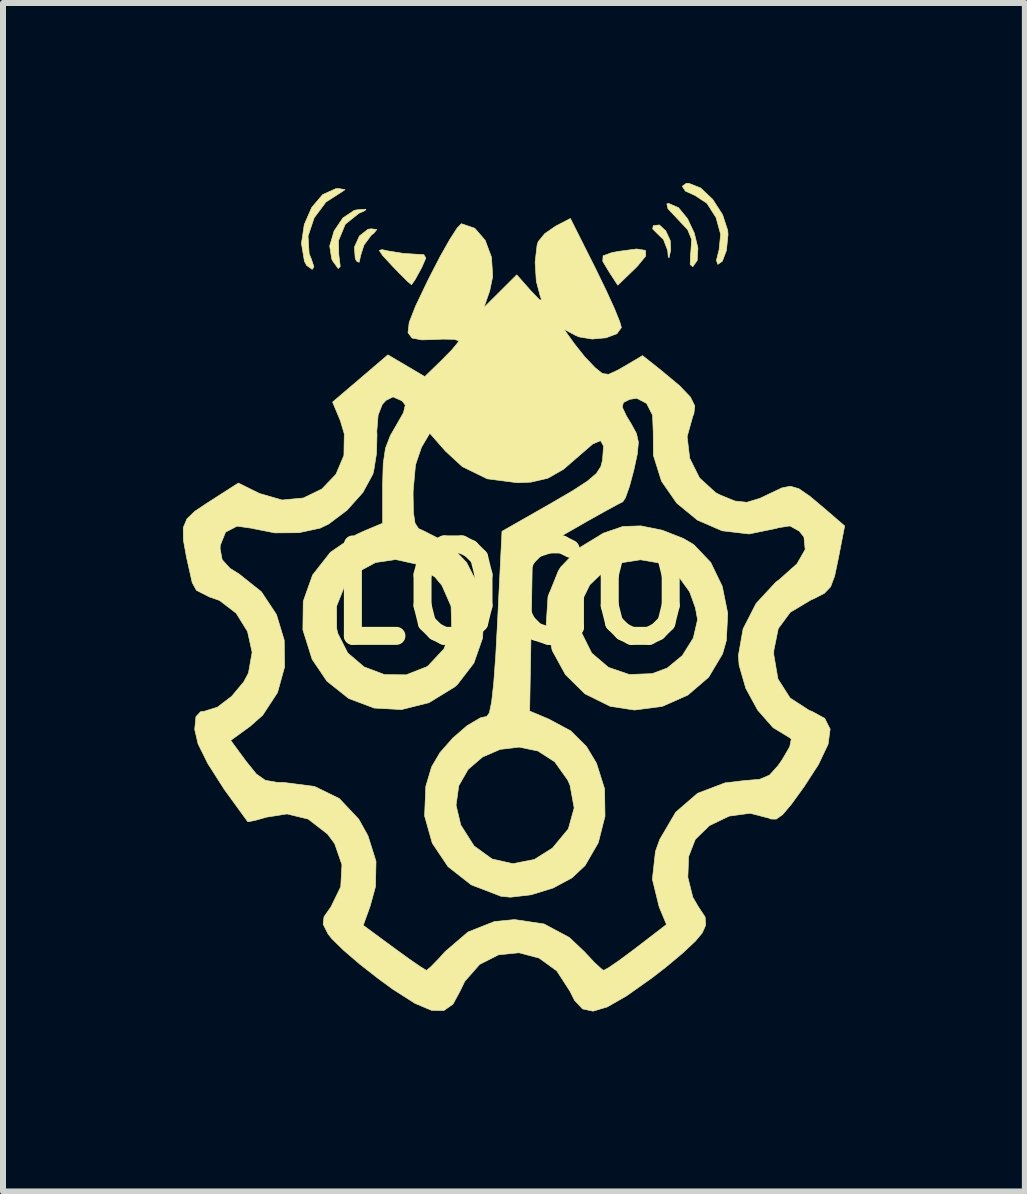
<source format=kicad_pcb>
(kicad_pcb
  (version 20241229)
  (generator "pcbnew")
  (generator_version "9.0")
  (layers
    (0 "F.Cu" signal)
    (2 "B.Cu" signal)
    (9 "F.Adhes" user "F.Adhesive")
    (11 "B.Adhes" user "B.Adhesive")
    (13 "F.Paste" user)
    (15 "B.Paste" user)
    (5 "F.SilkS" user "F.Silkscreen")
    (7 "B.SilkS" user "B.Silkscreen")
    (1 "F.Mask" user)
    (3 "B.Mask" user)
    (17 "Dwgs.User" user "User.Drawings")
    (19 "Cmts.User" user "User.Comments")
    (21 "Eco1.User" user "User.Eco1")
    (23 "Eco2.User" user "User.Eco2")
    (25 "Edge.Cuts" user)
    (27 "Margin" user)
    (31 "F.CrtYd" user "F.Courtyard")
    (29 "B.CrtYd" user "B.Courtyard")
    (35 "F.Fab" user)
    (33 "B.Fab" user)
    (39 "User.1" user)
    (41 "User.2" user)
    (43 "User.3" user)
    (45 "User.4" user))
  (footprint "LOGO"
    (layer "F.Cu")
    (at 5.445 6.86)
    (property "Reference" "LOGO" (at 0 0 0) (layer "F.SilkS") (effects (font (size 1.524 1.524) (thickness 0.3))))
    (attr through_hole)
    (fp_poly (pts (xy 2.266 -5.736) (xy 2.269 -5.642) (xy 2.129 -5.472) (xy 2.092 -5.435) (xy 1.803 -5.156) (xy 1.664 -5.369) (xy 1.553 -5.553) (xy 1.558 -5.646) (xy 1.698 -5.697) (xy 1.812 -5.719) (xy 2.115 -5.76) (xy 2.266 -5.736)) (stroke (width 0.01) (type solid)) (fill yes) (layer "F.SilkS"))
    (fp_poly (pts (xy 2.603 -6.062) (xy 2.677 -5.901) (xy 2.686 -5.747) (xy 2.657 -5.611) (xy 2.643 -5.637) (xy 2.636 -5.732) (xy 2.565 -5.918) (xy 2.477 -6.001) (xy 2.385 -6.094) (xy 2.395 -6.148) (xy 2.496 -6.161) (xy 2.603 -6.062)) (stroke (width 0.01) (type solid)) (fill yes) (layer "F.SilkS"))
    (fp_poly (pts (xy -2.214 -6.085) (xy -2.259 -6.027) (xy -2.306 -5.99) (xy -2.427 -5.826) (xy -2.477 -5.673) (xy -2.509 -5.537) (xy -2.551 -5.557) (xy -2.574 -5.603) (xy -2.587 -5.791) (xy -2.503 -5.977) (xy -2.361 -6.088) (xy -2.309 -6.096) (xy -2.214 -6.085)) (stroke (width 0.01) (type solid)) (fill yes) (layer "F.SilkS"))
    (fp_poly (pts (xy -2.412 -6.399) (xy -2.513 -6.354) (xy -2.739 -6.173) (xy -2.852 -5.899) (xy -2.847 -5.662) (xy -2.823 -5.469) (xy -2.857 -5.433) (xy -2.946 -5.556) (xy -2.965 -5.592) (xy -2.999 -5.81) (xy -2.926 -6.059) (xy -2.779 -6.277) (xy -2.59 -6.403) (xy -2.54 -6.413) (xy -2.396 -6.423) (xy -2.412 -6.399)) (stroke (width 0.01) (type solid)) (fill yes) (layer "F.SilkS"))
    (fp_poly (pts (xy 2.815 -6.448) (xy 2.964 -6.267) (xy 3.078 -6.026) (xy 3.139 -5.776) (xy 3.127 -5.568) (xy 3.053 -5.464) (xy 3.01 -5.501) (xy 3.015 -5.669) (xy 3.021 -5.711) (xy 3.034 -5.92) (xy 2.968 -6.081) (xy 2.796 -6.264) (xy 2.639 -6.431) (xy 2.621 -6.512) (xy 2.652 -6.519) (xy 2.815 -6.448)) (stroke (width 0.01) (type solid)) (fill yes) (layer "F.SilkS"))
    (fp_poly (pts (xy -2.032 -5.728) (xy -1.776 -5.686) (xy -1.585 -5.674) (xy -1.43 -5.665) (xy -1.396 -5.608) (xy -1.462 -5.457) (xy -1.482 -5.419) (xy -1.576 -5.248) (xy -1.634 -5.166) (xy -1.637 -5.165) (xy -1.703 -5.22) (xy -1.846 -5.363) (xy -1.952 -5.473) (xy -2.118 -5.652) (xy -2.173 -5.736) (xy -2.127 -5.749) (xy -2.032 -5.728)) (stroke (width 0.01) (type solid)) (fill yes) (layer "F.SilkS"))
    (fp_poly (pts (xy -2.743 -6.749) (xy -2.794 -6.714) (xy -3.062 -6.542) (xy -3.258 -6.279) (xy -3.36 -5.975) (xy -3.342 -5.682) (xy -3.307 -5.597) (xy -3.262 -5.463) (xy -3.29 -5.419) (xy -3.384 -5.486) (xy -3.42 -5.553) (xy -3.47 -5.852) (xy -3.423 -6.167) (xy -3.298 -6.453) (xy -3.116 -6.667) (xy -2.897 -6.765) (xy -2.85 -6.767) (xy -2.743 -6.749)) (stroke (width 0.01) (type solid)) (fill yes) (layer "F.SilkS"))
    (fp_poly (pts (xy 3.184 -6.777) (xy 3.386 -6.586) (xy 3.549 -6.333) (xy 3.636 -6.069) (xy 3.641 -5.999) (xy 3.614 -5.735) (xy 3.546 -5.555) (xy 3.47 -5.503) (xy 3.448 -5.571) (xy 3.488 -5.734) (xy 3.491 -5.74) (xy 3.518 -6.003) (xy 3.441 -6.284) (xy 3.289 -6.521) (xy 3.088 -6.654) (xy 3.08 -6.656) (xy 2.93 -6.725) (xy 2.878 -6.805) (xy 2.943 -6.853) (xy 2.985 -6.855) (xy 3.184 -6.777)) (stroke (width 0.01) (type solid)) (fill yes) (layer "F.SilkS"))
    (fp_poly (pts (xy 2.55 -1.07) (xy 2.902 -0.931) (xy 3.07 -0.831) (xy 3.352 -0.535) (xy 3.545 -0.136) (xy 3.636 0.314) (xy 3.613 0.767) (xy 3.55 0.989) (xy 3.318 1.379) (xy 2.97 1.677) (xy 2.546 1.865) (xy 2.081 1.926) (xy 1.676 1.864) (xy 1.256 1.656) (xy 0.93 1.335) (xy 0.711 0.935) (xy 0.61 0.491) (xy 0.611 0.482) (xy 1.168 0.482) (xy 1.198 0.635) (xy 1.369 0.977) (xy 1.648 1.215) (xy 1.996 1.334) (xy 2.376 1.319) (xy 2.627 1.226) (xy 2.879 1.018) (xy 3.063 0.724) (xy 3.133 0.419) (xy 3.097 0.222) (xy 3.009 -0.023) (xy 2.994 -0.054) (xy 2.777 -0.354) (xy 2.496 -0.525) (xy 2.181 -0.579) (xy 1.862 -0.529) (xy 1.571 -0.386) (xy 1.337 -0.162) (xy 1.193 0.131) (xy 1.168 0.482) (xy 0.611 0.482) (xy 0.64 0.036) (xy 0.813 -0.395) (xy 0.854 -0.459) (xy 1.157 -0.775) (xy 1.562 -1.022) (xy 1.887 -1.134) (xy 2.187 -1.144) (xy 2.55 -1.07)) (stroke (width 0.01) (type solid)) (fill yes) (layer "F.SilkS"))
    (fp_poly (pts (xy 1.438 -5.422) (xy 1.609 -5.069) (xy 1.748 -4.765) (xy 1.837 -4.544) (xy 1.863 -4.45) (xy 1.789 -4.347) (xy 1.607 -4.279) (xy 1.377 -4.258) (xy 1.157 -4.294) (xy 1.097 -4.32) (xy 0.906 -4.422) (xy 1.079 -4.18) (xy 1.254 -3.96) (xy 1.427 -3.779) (xy 1.546 -3.684) (xy 1.649 -3.67) (xy 1.802 -3.739) (xy 1.909 -3.801) (xy 2.216 -3.982) (xy 2.526 -3.736) (xy 2.832 -3.481) (xy 3.013 -3.292) (xy 3.087 -3.143) (xy 3.071 -3.011) (xy 3.055 -2.976) (xy 2.959 -2.632) (xy 3.002 -2.271) (xy 3.166 -1.943) (xy 3.434 -1.698) (xy 3.502 -1.662) (xy 3.756 -1.558) (xy 3.954 -1.537) (xy 4.172 -1.603) (xy 4.359 -1.692) (xy 4.539 -1.777) (xy 4.68 -1.805) (xy 4.823 -1.763) (xy 5.006 -1.637) (xy 5.271 -1.414) (xy 5.311 -1.379) (xy 5.585 -1.143) (xy 5.48 -0.602) (xy 5.418 -0.307) (xy 5.351 -0.129) (xy 5.247 -0.02) (xy 5.074 0.069) (xy 5.026 0.089) (xy 4.679 0.296) (xy 4.478 0.568) (xy 4.404 0.934) (xy 4.403 1.001) (xy 4.473 1.408) (xy 4.676 1.726) (xy 4.995 1.932) (xy 5.039 1.948) (xy 5.253 2.065) (xy 5.343 2.244) (xy 5.309 2.496) (xy 5.148 2.835) (xy 4.908 3.205) (xy 4.696 3.498) (xy 4.55 3.67) (xy 4.445 3.744) (xy 4.356 3.743) (xy 4.32 3.727) (xy 4.008 3.647) (xy 3.66 3.694) (xy 3.333 3.851) (xy 3.095 4.082) (xy 2.984 4.369) (xy 2.971 4.715) (xy 3.053 5.045) (xy 3.144 5.202) (xy 3.259 5.376) (xy 3.268 5.513) (xy 3.212 5.64) (xy 3.099 5.776) (xy 2.882 5.98) (xy 2.596 6.219) (xy 2.366 6.396) (xy 1.946 6.693) (xy 1.628 6.875) (xy 1.391 6.946) (xy 1.216 6.908) (xy 1.082 6.765) (xy 1.005 6.612) (xy 0.787 6.275) (xy 0.492 6.061) (xy 0.156 5.972) (xy -0.186 6.007) (xy -0.499 6.166) (xy -0.747 6.448) (xy -0.827 6.613) (xy -0.944 6.829) (xy -1.097 6.936) (xy -1.302 6.932) (xy -1.579 6.815) (xy -1.947 6.58) (xy -2.187 6.405) (xy -2.499 6.161) (xy -2.77 5.928) (xy -2.962 5.74) (xy -3.027 5.658) (xy -3.108 5.497) (xy -3.094 5.373) (xy -2.977 5.205) (xy -2.815 4.872) (xy -2.795 4.504) (xy -2.916 4.154) (xy -3.035 3.993) (xy -3.357 3.744) (xy -3.71 3.658) (xy -4.048 3.711) (xy -4.247 3.767) (xy -4.358 3.788) (xy -4.366 3.786) (xy -4.757 3.248) (xy -5.031 2.818) (xy -5.194 2.489) (xy -5.249 2.25) (xy -5.249 2.243) (xy -5.229 2.037) (xy -5.153 1.955) (xy -5.091 1.947) (xy -4.871 1.878) (xy -4.634 1.698) (xy -4.431 1.455) (xy -4.353 1.308) (xy -4.292 0.963) (xy -4.369 0.616) (xy -4.558 0.312) (xy -4.836 0.099) (xy -5.006 0.04) (xy -5.22 -0.069) (xy -5.291 -0.197) (xy -5.386 -0.621) (xy -5.412 -0.764) (xy -4.826 -0.764) (xy -4.792 -0.581) (xy -4.662 -0.437) (xy -4.507 -0.34) (xy -4.138 -0.046) (xy -3.887 0.333) (xy -3.757 0.762) (xy -3.751 1.207) (xy -3.869 1.635) (xy -4.116 2.012) (xy -4.324 2.196) (xy -4.649 2.432) (xy -4.392 2.782) (xy -4.221 2.993) (xy -4.073 3.097) (xy -3.882 3.131) (xy -3.766 3.133) (xy -3.253 3.199) (xy -2.839 3.401) (xy -2.515 3.745) (xy -2.361 4.022) (xy -2.227 4.448) (xy -2.236 4.871) (xy -2.324 5.192) (xy -2.44 5.515) (xy -1.93 5.89) (xy -1.681 6.071) (xy -1.488 6.204) (xy -1.39 6.264) (xy -1.385 6.265) (xy -1.314 6.207) (xy -1.171 6.06) (xy -1.078 5.956) (xy -0.694 5.626) (xy -0.252 5.451) (xy 0.085 5.419) (xy 0.574 5.492) (xy 0.995 5.717) (xy 1.248 5.956) (xy 1.415 6.136) (xy 1.538 6.248) (xy 1.57 6.265) (xy 1.657 6.217) (xy 1.841 6.09) (xy 2.082 5.911) (xy 2.118 5.883) (xy 2.615 5.501) (xy 2.493 5.208) (xy 2.38 4.747) (xy 2.431 4.283) (xy 2.502 4.084) (xy 2.769 3.629) (xy 3.133 3.314) (xy 3.591 3.14) (xy 3.904 3.103) (xy 4.166 3.081) (xy 4.332 3.011) (xy 4.475 2.853) (xy 4.543 2.755) (xy 4.669 2.539) (xy 4.695 2.412) (xy 4.675 2.391) (xy 4.392 2.219) (xy 4.135 1.927) (xy 3.937 1.564) (xy 3.826 1.18) (xy 3.814 1.016) (xy 3.892 0.573) (xy 4.109 0.149) (xy 4.437 -0.205) (xy 4.502 -0.254) (xy 4.791 -0.512) (xy 4.927 -0.75) (xy 4.906 -0.959) (xy 4.829 -1.056) (xy 4.673 -1.143) (xy 4.479 -1.113) (xy 4.451 -1.103) (xy 3.991 -1.009) (xy 3.542 -1.062) (xy 3.131 -1.24) (xy 2.786 -1.523) (xy 2.532 -1.889) (xy 2.397 -2.319) (xy 2.394 -2.714) (xy 2.383 -2.989) (xy 2.283 -3.186) (xy 2.12 -3.271) (xy 2.002 -3.253) (xy 1.897 -3.2) (xy 1.877 -3.124) (xy 1.945 -2.979) (xy 2.026 -2.846) (xy 2.114 -2.685) (xy 2.147 -2.538) (xy 2.129 -2.344) (xy 2.071 -2.075) (xy 1.999 -1.805) (xy 1.931 -1.613) (xy 1.887 -1.546) (xy 1.789 -1.496) (xy 1.58 -1.382) (xy 1.294 -1.222) (xy 1.101 -1.111) (xy 0.381 -0.699) (xy 0.358 0.622) (xy 0.334 1.943) (xy 0.651 2.076) (xy 1.019 2.273) (xy 1.281 2.534) (xy 1.448 2.812) (xy 1.583 3.239) (xy 1.59 3.696) (xy 1.478 4.138) (xy 1.259 4.517) (xy 1.038 4.725) (xy 0.724 4.893) (xy 0.358 5.006) (xy 0.013 5.046) (xy -0.145 5.03) (xy -0.641 4.839) (xy -1.026 4.537) (xy -1.289 4.146) (xy -1.417 3.692) (xy -1.41 3.512) (xy -0.893 3.512) (xy -0.814 3.843) (xy -0.592 4.192) (xy -0.292 4.409) (xy 0.053 4.487) (xy 0.412 4.417) (xy 0.714 4.227) (xy 0.979 3.907) (xy 1.076 3.558) (xy 1.007 3.18) (xy 0.97 3.095) (xy 0.752 2.789) (xy 0.472 2.609) (xy 0.159 2.544) (xy -0.158 2.582) (xy -0.451 2.709) (xy -0.691 2.915) (xy -0.847 3.186) (xy -0.893 3.512) (xy -1.41 3.512) (xy -1.397 3.198) (xy -1.3 2.872) (xy -1.161 2.636) (xy -0.948 2.394) (xy -0.709 2.187) (xy -0.487 2.056) (xy -0.381 2.032) (xy -0.338 1.974) (xy -0.3 1.793) (xy -0.265 1.477) (xy -0.231 1.013) (xy -0.203 0.489) (xy -0.127 -1.053) (xy 0.692 -1.52) (xy 1.058 -1.734) (xy 1.3 -1.892) (xy 1.446 -2.017) (xy 1.521 -2.132) (xy 1.549 -2.242) (xy 1.566 -2.476) (xy 1.516 -2.564) (xy 1.386 -2.509) (xy 1.197 -2.346) (xy 0.897 -2.086) (xy 0.637 -1.938) (xy 0.357 -1.873) (xy 0.13 -1.863) (xy -0.372 -1.928) (xy -0.788 -2.131) (xy -1.069 -2.39) (xy -1.331 -2.688) (xy -1.47 -2.453) (xy -1.569 -2.16) (xy -1.608 -1.729) (xy -1.609 -1.665) (xy -1.603 -1.363) (xy -1.577 -1.189) (xy -1.518 -1.099) (xy -1.418 -1.053) (xy -1.02 -0.849) (xy -0.718 -0.535) (xy -0.518 -0.144) (xy -0.427 0.288) (xy -0.451 0.729) (xy -0.596 1.144) (xy -0.87 1.5) (xy -0.918 1.542) (xy -1.344 1.803) (xy -1.801 1.918) (xy -2.258 1.893) (xy -2.683 1.733) (xy -3.045 1.445) (xy -3.292 1.08) (xy -3.446 0.589) (xy -3.441 0.194) (xy -2.884 0.194) (xy -2.882 0.571) (xy -2.864 0.649) (xy -2.698 0.975) (xy -2.424 1.208) (xy -2.085 1.335) (xy -1.724 1.339) (xy -1.384 1.205) (xy -1.358 1.188) (xy -1.095 0.907) (xy -0.966 0.562) (xy -0.976 0.195) (xy -1.128 -0.151) (xy -1.243 -0.289) (xy -1.561 -0.508) (xy -1.902 -0.583) (xy -2.235 -0.533) (xy -2.529 -0.375) (xy -2.756 -0.127) (xy -2.884 0.194) (xy -3.441 0.194) (xy -3.44 0.113) (xy -3.284 -0.326) (xy -2.987 -0.704) (xy -2.558 -0.998) (xy -2.434 -1.055) (xy -2.117 -1.188) (xy -2.117 -1.823) (xy -2.107 -2.184) (xy -2.069 -2.439) (xy -1.988 -2.649) (xy -1.897 -2.807) (xy -1.77 -3.029) (xy -1.739 -3.157) (xy -1.791 -3.227) (xy -1.944 -3.294) (xy -2.062 -3.235) (xy -2.123 -3.168) (xy -2.192 -2.99) (xy -2.214 -2.72) (xy -2.211 -2.659) (xy -2.219 -2.351) (xy -2.266 -2.058) (xy -2.281 -2.004) (xy -2.445 -1.702) (xy -2.71 -1.405) (xy -3.016 -1.175) (xy -3.159 -1.106) (xy -3.512 -1.03) (xy -3.913 -1.027) (xy -4.264 -1.096) (xy -4.276 -1.101) (xy -4.543 -1.139) (xy -4.735 -1.04) (xy -4.823 -0.821) (xy -4.826 -0.764) (xy -5.412 -0.764) (xy -5.439 -0.915) (xy -5.44 -1.116) (xy -5.378 -1.262) (xy -5.246 -1.388) (xy -5.032 -1.531) (xy -4.921 -1.602) (xy -4.522 -1.858) (xy -4.169 -1.684) (xy -3.792 -1.575) (xy -3.437 -1.609) (xy -3.129 -1.759) (xy -2.895 -2.004) (xy -2.762 -2.318) (xy -2.756 -2.678) (xy -2.822 -2.899) (xy -2.951 -3.208) (xy -2.49 -3.601) (xy -2.029 -3.995) (xy -1.414 -3.632) (xy -1.131 -3.907) (xy -0.962 -4.079) (xy -0.861 -4.201) (xy -0.847 -4.229) (xy -0.922 -4.253) (xy -1.111 -4.257) (xy -1.206 -4.252) (xy -1.463 -4.244) (xy -1.625 -4.274) (xy -1.694 -4.364) (xy -1.674 -4.535) (xy -1.567 -4.809) (xy -1.376 -5.208) (xy -1.341 -5.279) (xy -1.16 -5.63) (xy -0.998 -5.917) (xy -0.873 -6.111) (xy -0.804 -6.181) (xy -0.581 -6.105) (xy -0.407 -5.904) (xy -0.302 -5.622) (xy -0.282 -5.3) (xy -0.332 -5.061) (xy -0.428 -4.784) (xy -0.155 -5.056) (xy 0.119 -5.329) (xy 0.36 -5.056) (xy 0.497 -4.914) (xy 0.536 -4.908) (xy 0.512 -4.969) (xy 0.445 -5.222) (xy 0.425 -5.54) (xy 0.458 -5.824) (xy 0.476 -5.881) (xy 0.585 -6.015) (xy 0.771 -6.143) (xy 1.013 -6.268) (xy 1.438 -5.422)) (stroke (width 0.01) (type solid)) (fill yes) (layer "F.SilkS")))
  (gr_rect
    (start -3 -3)
    (end 14.034 16.811)
    (stroke (width 0.1) (type default))
    (fill no)
    (layer "Edge.Cuts")))
</source>
